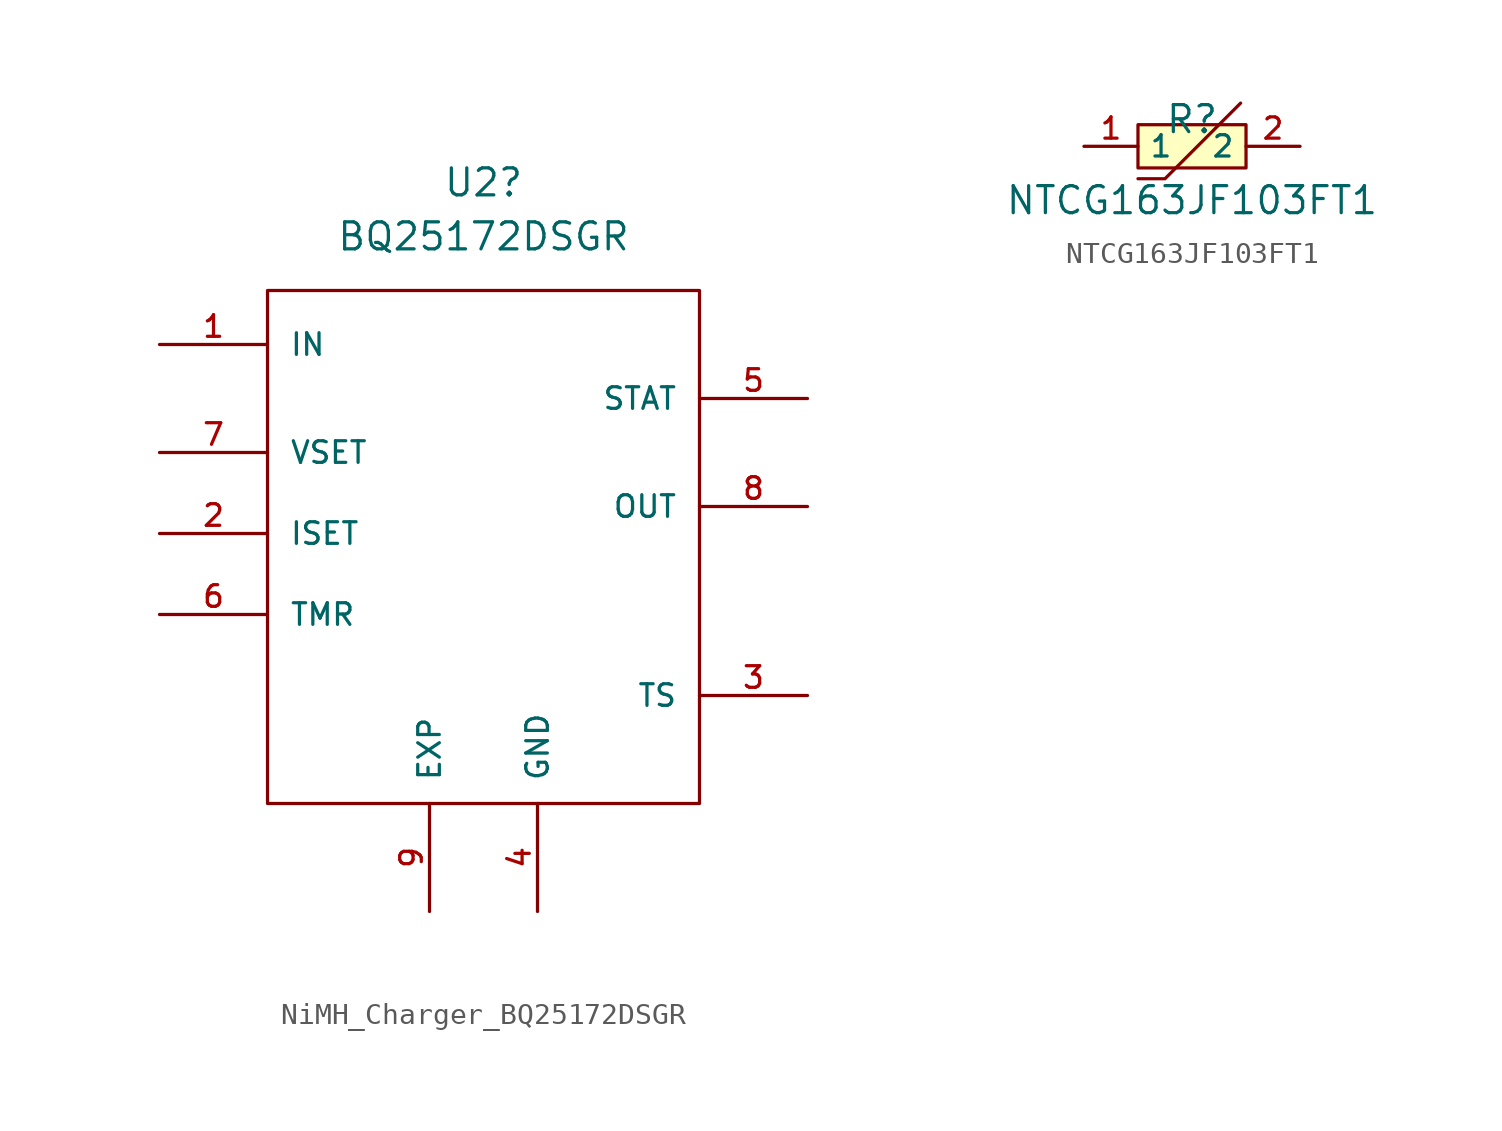
<source format=kicad_sym>
(kicad_symbol_lib
  (version 20231120)
  (generator "kicad_symbol_editor")
  (generator_version "8.0")
  (symbol "NiMH_Charger_BQ25172DSGR"
    (pin_names
      (offset 1.016))
    (property "Reference" "U2"
      (at 0 17.78 0)
      (effects (font (size 1.27 1.27))))
    (property "Value" "BQ25172DSGR"
      (at 0 15.24 0)
      (effects (font (size 1.27 1.27))))
    (symbol "NiMH_Charger_BQ25172DSGR_0_0"
      (pin power_in line (at -15.24 10.16 0) (length 5.08) (name "IN" (effects (font (size 1.016 1.016)))) (number "1" (effects (font (size 1.016 1.016)))))
      (pin input line (at -15.24 1.27 0) (length 5.08) (name "ISET" (effects (font (size 1.016 1.016)))) (number "2" (effects (font (size 1.016 1.016)))))
      (pin input line (at 15.24 -6.35 180) (length 5.08) (name "TS" (effects (font (size 1.016 1.016)))) (number "3" (effects (font (size 1.016 1.016)))))
      (pin power_in line (at 2.54 -16.51 90) (length 5.08) (name "GND" (effects (font (size 1.016 1.016)))) (number "4" (effects (font (size 1.016 1.016)))))
      (pin output line (at 15.24 7.62 180) (length 5.08) (name "STAT" (effects (font (size 1.016 1.016)))) (number "5" (effects (font (size 1.016 1.016)))))
      (pin input line (at -15.24 -2.54 0) (length 5.08) (name "TMR" (effects (font (size 1.016 1.016)))) (number "6" (effects (font (size 1.016 1.016)))))
      (pin input line (at -15.24 5.08 0) (length 5.08) (name "VSET" (effects (font (size 1.016 1.016)))) (number "7" (effects (font (size 1.016 1.016)))))
      (pin power_out line (at 15.24 2.54 180) (length 5.08) (name "OUT" (effects (font (size 1.016 1.016)))) (number "8" (effects (font (size 1.016 1.016)))))
      (pin power_in line (at -2.54 -16.51 90) (length 5.08) (name "EXP" (effects (font (size 1.016 1.016)))) (number "9" (effects (font (size 1.016 1.016))))))
    (symbol "NiMH_Charger_BQ25172DSGR_0_1"
      (rectangle (start -10.16 12.7) (end 10.16 -11.43) (stroke (width 0) (type default)) (fill (type none)))))
  (symbol "NTCG163JF103FT1"
    (property "Reference" "R"
      (at 0 1.27 0)
      (effects (font (size 1.27 1.27))))
    (property "Value" "NTCG163JF103FT1"
      (at 0 -2.54 0)
      (effects (font (size 1.27 1.27))))
    (symbol "NTCG163JF103FT1_0_1"
      (rectangle (start -2.54 1.016) (end 2.54 -1.016) (stroke (width 0) (type default)) (fill (type background)))
      (polyline (pts (xy -2.54 -1.524) (xy -1.27 -1.524) (xy 2.286 2.032)) (stroke (width 0) (type default)) (fill (type none)))
      (pin input line (at -5.08 0 0) (length 2.54) (name "1" (effects (font (size 1 1)))) (number "1" (effects (font (size 1 1)))))
      (pin input line (at 5.08 0 180) (length 2.54) (name "2" (effects (font (size 1 1)))) (number "2" (effects (font (size 1 1))))))))
</source>
